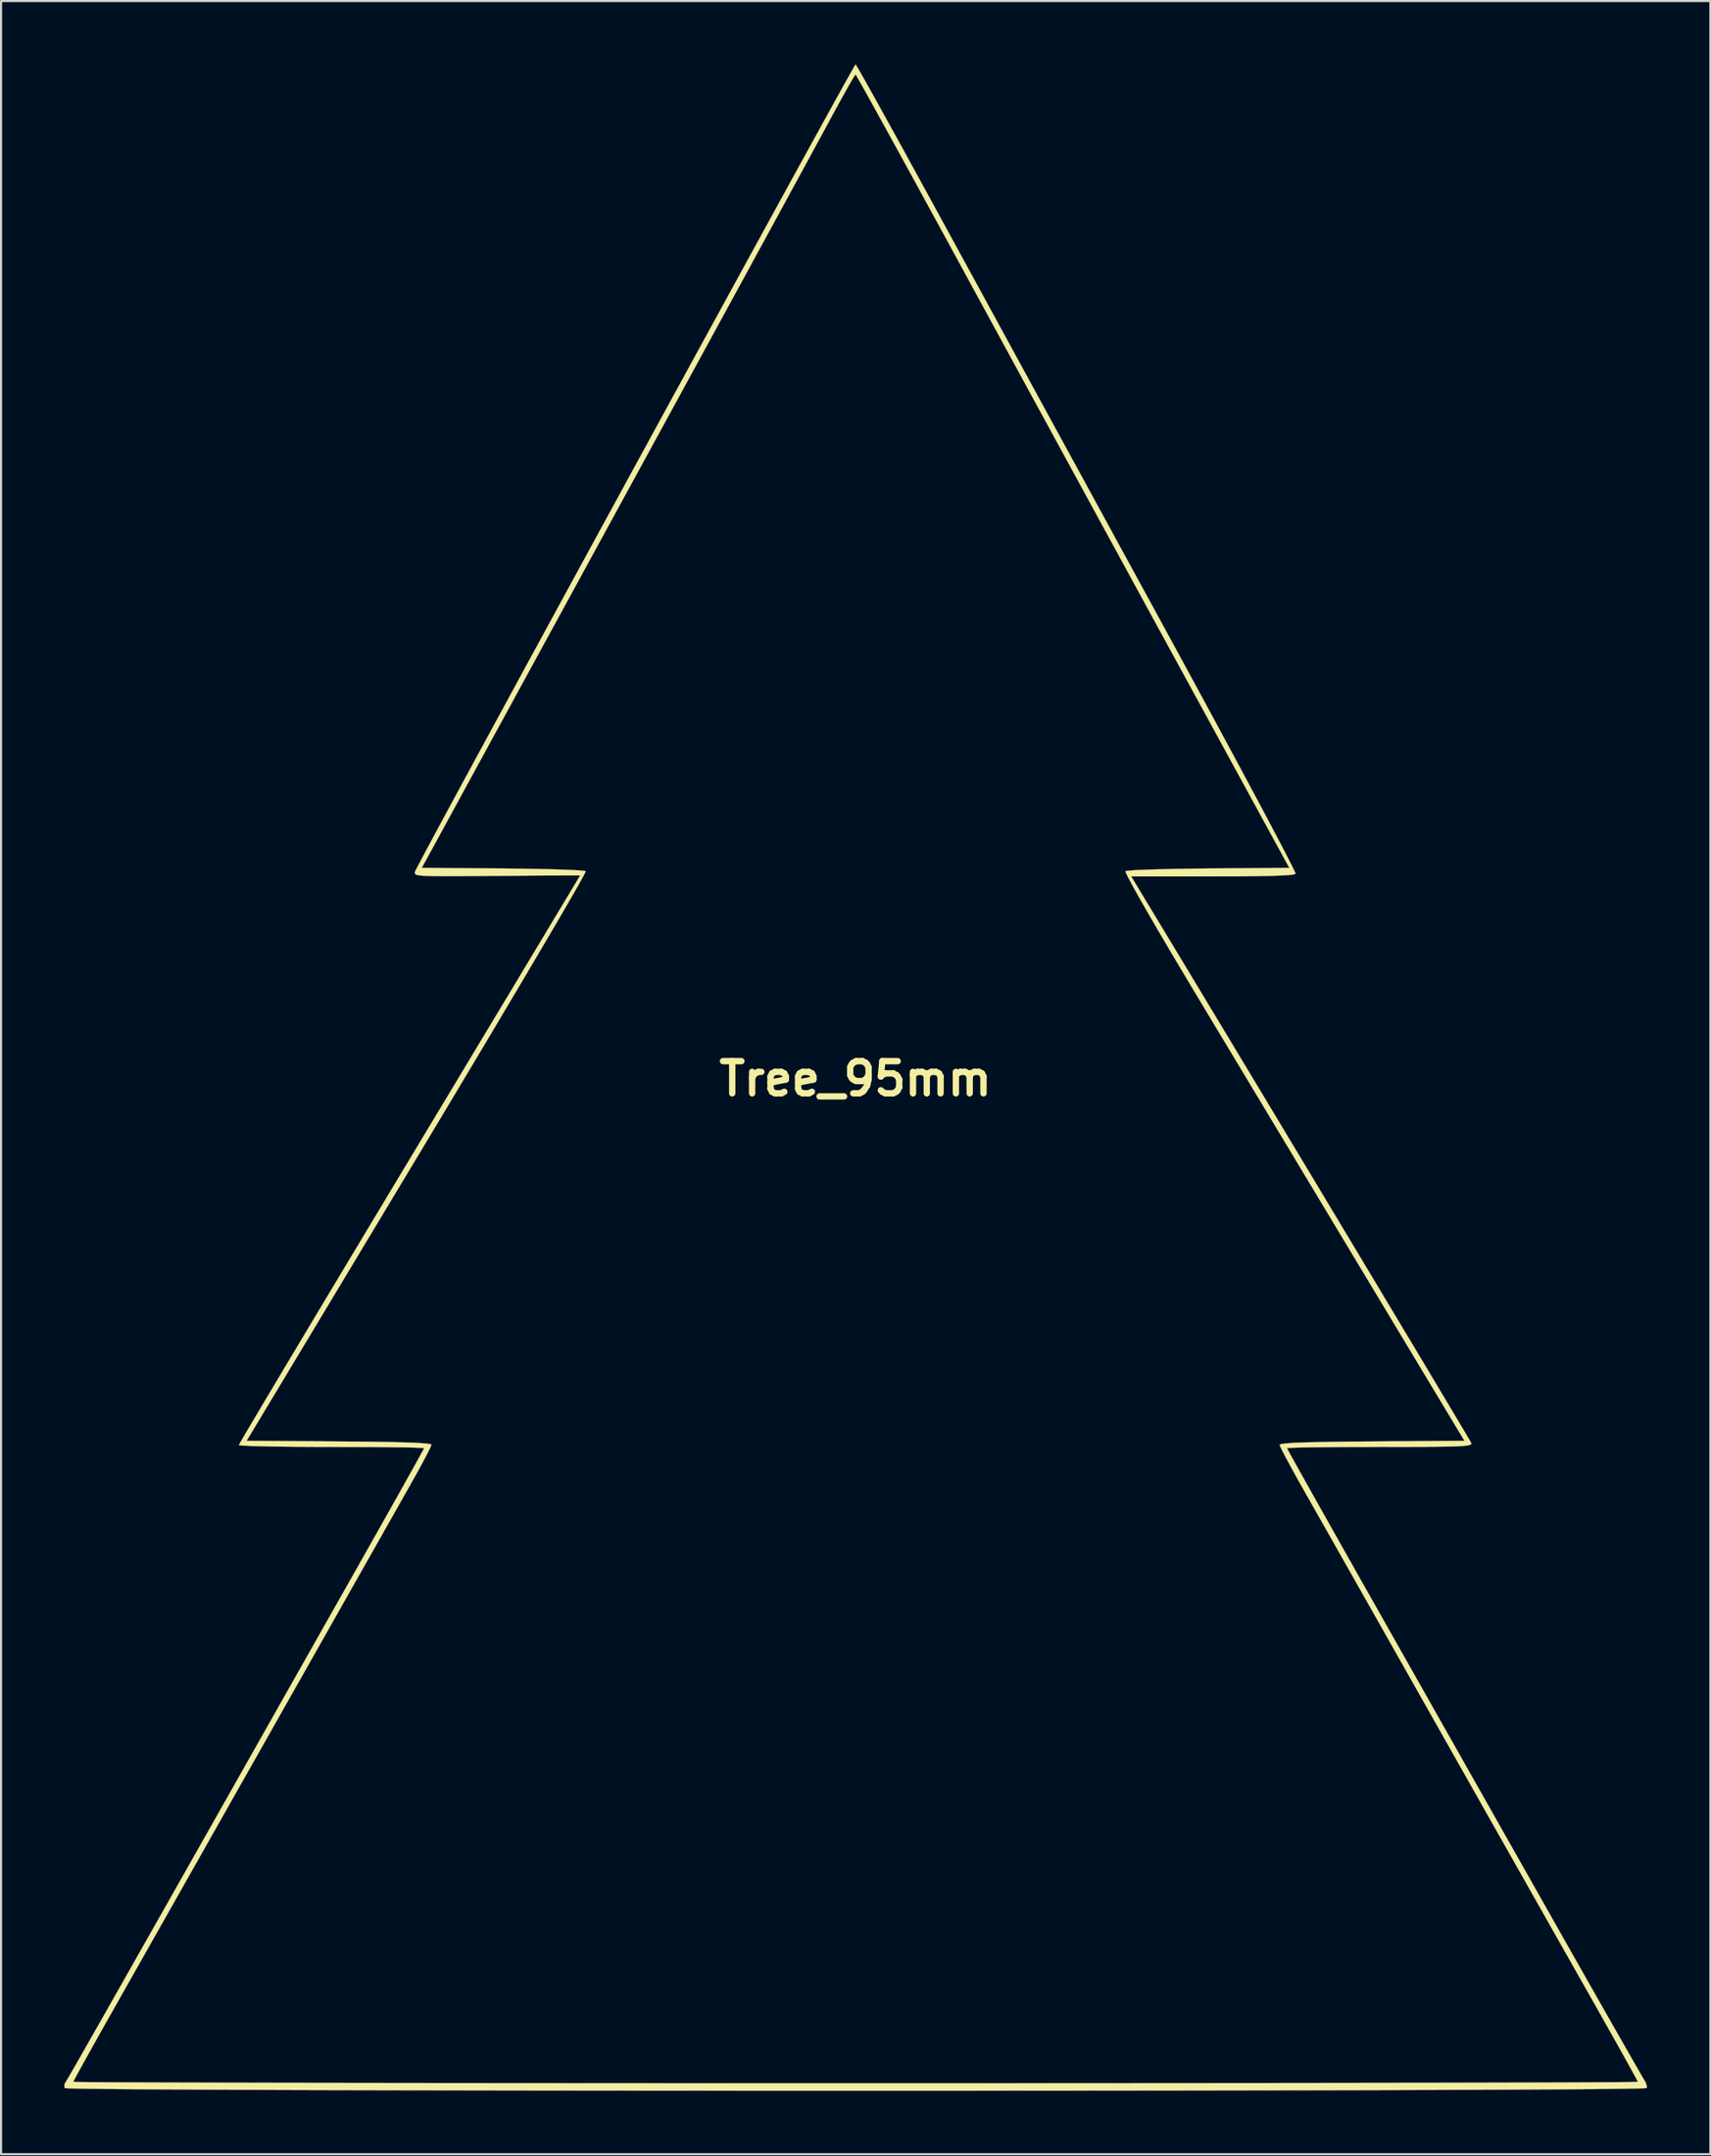
<source format=kicad_pcb>
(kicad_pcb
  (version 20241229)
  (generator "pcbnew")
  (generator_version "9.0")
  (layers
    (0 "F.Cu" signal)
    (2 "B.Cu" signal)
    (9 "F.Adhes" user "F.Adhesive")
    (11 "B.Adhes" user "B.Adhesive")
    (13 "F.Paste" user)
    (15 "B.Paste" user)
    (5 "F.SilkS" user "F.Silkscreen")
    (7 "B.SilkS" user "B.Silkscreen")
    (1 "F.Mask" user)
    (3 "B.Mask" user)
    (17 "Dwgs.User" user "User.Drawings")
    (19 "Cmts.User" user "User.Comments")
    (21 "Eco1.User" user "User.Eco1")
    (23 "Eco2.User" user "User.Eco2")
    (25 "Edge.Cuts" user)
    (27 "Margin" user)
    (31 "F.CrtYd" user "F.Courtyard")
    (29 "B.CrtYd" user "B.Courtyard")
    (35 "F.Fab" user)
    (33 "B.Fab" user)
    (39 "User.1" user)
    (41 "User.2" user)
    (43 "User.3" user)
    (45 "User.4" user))
  (footprint "Tree_95mm"
    (layer "F.Cu")
    (at 37.478 48.034)
    (property "Reference" "Tree_95mm" (at 0 0 0) (layer "F.SilkS") (effects (font (size 1.524 1.524) (thickness 0.3))))
    (attr through_hole)
    (fp_poly (pts (xy 0.065 -47.93) (xy 0.231 -47.646) (xy 0.488 -47.191) (xy 0.828 -46.583) (xy 1.241 -45.839) (xy 1.719 -44.976) (xy 2.252 -44.009) (xy 2.83 -42.955) (xy 3.445 -41.831) (xy 3.765 -41.246) (xy 4.328 -40.216) (xy 4.988 -39.007) (xy 5.734 -37.641) (xy 6.552 -36.142) (xy 7.43 -34.533) (xy 8.356 -32.838) (xy 9.316 -31.079) (xy 10.299 -29.281) (xy 11.29 -27.465) (xy 12.278 -25.655) (xy 13.25 -23.875) (xy 14.194 -22.147) (xy 14.194 -22.146) (xy 15.047 -20.582) (xy 15.867 -19.074) (xy 16.649 -17.634) (xy 17.384 -16.274) (xy 18.067 -15.007) (xy 18.69 -13.845) (xy 19.248 -12.801) (xy 19.733 -11.887) (xy 20.14 -11.116) (xy 20.46 -10.5) (xy 20.688 -10.051) (xy 20.817 -9.783) (xy 20.844 -9.706) (xy 20.712 -9.667) (xy 20.366 -9.636) (xy 19.802 -9.612) (xy 19.017 -9.595) (xy 18.007 -9.585) (xy 16.911 -9.583) (xy 13.055 -9.583) (xy 14.373 -7.401) (xy 15.05 -6.28) (xy 15.78 -5.069) (xy 16.556 -3.781) (xy 17.37 -2.431) (xy 18.212 -1.031) (xy 19.076 0.405) (xy 19.953 1.864) (xy 20.835 3.331) (xy 21.714 4.793) (xy 22.581 6.238) (xy 23.429 7.65) (xy 24.249 9.018) (xy 25.034 10.327) (xy 25.775 11.564) (xy 26.465 12.715) (xy 27.094 13.766) (xy 27.655 14.705) (xy 28.14 15.518) (xy 28.541 16.191) (xy 28.85 16.71) (xy 29.057 17.063) (xy 29.157 17.235) (xy 29.164 17.25) (xy 29.165 17.297) (xy 29.114 17.335) (xy 28.991 17.366) (xy 28.775 17.389) (xy 28.444 17.407) (xy 27.979 17.419) (xy 27.358 17.427) (xy 26.56 17.431) (xy 25.566 17.433) (xy 24.835 17.434) (xy 23.853 17.435) (xy 22.947 17.439) (xy 22.142 17.446) (xy 21.464 17.454) (xy 20.938 17.465) (xy 20.587 17.477) (xy 20.439 17.489) (xy 20.435 17.492) (xy 20.491 17.599) (xy 20.651 17.892) (xy 20.907 18.352) (xy 21.249 18.965) (xy 21.668 19.713) (xy 22.156 20.581) (xy 22.703 21.552) (xy 23.3 22.611) (xy 23.937 23.74) (xy 24.403 24.563) (xy 25.165 25.91) (xy 26.018 27.418) (xy 26.94 29.048) (xy 27.908 30.759) (xy 28.899 32.512) (xy 29.892 34.267) (xy 30.864 35.984) (xy 31.792 37.624) (xy 32.653 39.147) (xy 32.844 39.485) (xy 33.549 40.731) (xy 34.223 41.92) (xy 34.856 43.036) (xy 35.441 44.064) (xy 35.967 44.989) (xy 36.427 45.795) (xy 36.811 46.467) (xy 37.11 46.988) (xy 37.317 47.344) (xy 37.421 47.519) (xy 37.43 47.533) (xy 37.49 47.724) (xy 37.468 47.793) (xy 37.347 47.804) (xy 37.006 47.815) (xy 36.455 47.825) (xy 35.704 47.835) (xy 34.765 47.844) (xy 33.647 47.853) (xy 32.361 47.861) (xy 30.917 47.869) (xy 29.326 47.876) (xy 27.599 47.882) (xy 25.746 47.888) (xy 23.778 47.894) (xy 21.704 47.899) (xy 19.536 47.903) (xy 17.283 47.907) (xy 14.957 47.911) (xy 12.568 47.914) (xy 10.127 47.916) (xy 7.643 47.918) (xy 5.127 47.919) (xy 2.591 47.92) (xy 0.044 47.92) (xy -2.504 47.92) (xy -5.041 47.919) (xy -7.557 47.918) (xy -10.042 47.916) (xy -12.486 47.914) (xy -14.877 47.911) (xy -17.205 47.907) (xy -19.46 47.903) (xy -21.631 47.899) (xy -23.708 47.894) (xy -25.681 47.889) (xy -27.538 47.882) (xy -29.27 47.876) (xy -30.865 47.869) (xy -32.314 47.861) (xy -33.605 47.853) (xy -34.729 47.845) (xy -35.675 47.835) (xy -36.432 47.826) (xy -36.991 47.816) (xy -37.339 47.805) (xy -37.468 47.794) (xy -37.468 47.793) (xy -37.473 47.608) (xy -37.431 47.533) (xy -37.41 47.502) (xy -37.061 47.502) (xy -36.947 47.507) (xy -36.611 47.512) (xy -36.061 47.517) (xy -35.306 47.522) (xy -34.354 47.526) (xy -33.215 47.531) (xy -31.897 47.535) (xy -30.408 47.539) (xy -28.757 47.543) (xy -26.953 47.547) (xy -25.005 47.55) (xy -22.92 47.553) (xy -20.708 47.556) (xy -18.377 47.559) (xy -15.937 47.561) (xy -13.394 47.563) (xy -10.759 47.564) (xy -8.039 47.566) (xy -5.244 47.567) (xy -2.382 47.567) (xy 0 47.567) (xy 2.91 47.567) (xy 5.761 47.566) (xy 8.543 47.565) (xy 11.248 47.564) (xy 13.866 47.562) (xy 16.391 47.56) (xy 18.812 47.558) (xy 21.122 47.555) (xy 23.311 47.552) (xy 25.372 47.549) (xy 27.294 47.546) (xy 29.071 47.542) (xy 30.693 47.538) (xy 32.151 47.534) (xy 33.437 47.53) (xy 34.543 47.525) (xy 35.459 47.52) (xy 36.177 47.515) (xy 36.688 47.51) (xy 36.985 47.505) (xy 37.061 47.501) (xy 37.006 47.389) (xy 36.849 47.099) (xy 36.602 46.651) (xy 36.277 46.068) (xy 35.886 45.371) (xy 35.442 44.582) (xy 34.957 43.722) (xy 34.792 43.431) (xy 34.374 42.693) (xy 33.856 41.778) (xy 33.252 40.712) (xy 32.577 39.518) (xy 31.843 38.222) (xy 31.066 36.848) (xy 30.258 35.421) (xy 29.435 33.965) (xy 28.609 32.505) (xy 27.795 31.065) (xy 27.562 30.653) (xy 26.786 29.281) (xy 26.017 27.922) (xy 25.267 26.596) (xy 24.547 25.323) (xy 23.867 24.122) (xy 23.239 23.014) (xy 22.674 22.017) (xy 22.184 21.151) (xy 21.778 20.436) (xy 21.469 19.892) (xy 21.345 19.673) (xy 20.978 19.023) (xy 20.654 18.437) (xy 20.388 17.946) (xy 20.198 17.58) (xy 20.099 17.37) (xy 20.089 17.336) (xy 20.163 17.299) (xy 20.392 17.268) (xy 20.789 17.241) (xy 21.366 17.219) (xy 22.135 17.202) (xy 23.109 17.187) (xy 24.301 17.176) (xy 24.467 17.175) (xy 28.846 17.145) (xy 24.055 9.179) (xy 23.202 7.76) (xy 22.303 6.265) (xy 21.377 4.725) (xy 20.444 3.173) (xy 19.522 1.639) (xy 18.631 0.157) (xy 17.79 -1.242) (xy 17.018 -2.526) (xy 16.334 -3.664) (xy 15.976 -4.26) (xy 15.364 -5.282) (xy 14.793 -6.245) (xy 14.272 -7.132) (xy 13.813 -7.924) (xy 13.425 -8.603) (xy 13.12 -9.15) (xy 12.907 -9.548) (xy 12.796 -9.778) (xy 12.784 -9.829) (xy 12.919 -9.853) (xy 13.257 -9.877) (xy 13.771 -9.899) (xy 14.432 -9.919) (xy 15.213 -9.937) (xy 16.086 -9.95) (xy 16.716 -9.956) (xy 20.55 -9.987) (xy 15.126 -19.916) (xy 14.214 -21.585) (xy 13.23 -23.387) (xy 12.194 -25.287) (xy 11.124 -27.247) (xy 10.041 -29.232) (xy 8.965 -31.206) (xy 7.914 -33.133) (xy 6.91 -34.976) (xy 5.971 -36.699) (xy 5.117 -38.267) (xy 4.88 -38.702) (xy 4.16 -40.023) (xy 3.471 -41.285) (xy 2.822 -42.472) (xy 2.219 -43.571) (xy 1.672 -44.566) (xy 1.189 -45.444) (xy 0.776 -46.189) (xy 0.443 -46.788) (xy 0.197 -47.225) (xy 0.047 -47.486) (xy 0 -47.559) (xy -0.069 -47.462) (xy -0.231 -47.191) (xy -0.467 -46.775) (xy -0.761 -46.245) (xy -1.098 -45.629) (xy -1.222 -45.398) (xy -1.431 -45.012) (xy -1.743 -44.439) (xy -2.148 -43.694) (xy -2.638 -42.794) (xy -3.205 -41.753) (xy -3.84 -40.588) (xy -4.535 -39.314) (xy -5.28 -37.947) (xy -6.069 -36.503) (xy -6.891 -34.996) (xy -7.739 -33.443) (xy -8.604 -31.86) (xy -8.948 -31.23) (xy -9.851 -29.578) (xy -10.763 -27.909) (xy -11.673 -26.244) (xy -12.57 -24.602) (xy -13.443 -23.002) (xy -14.283 -21.466) (xy -15.077 -20.012) (xy -15.816 -18.66) (xy -16.487 -17.429) (xy -17.082 -16.341) (xy -17.588 -15.413) (xy -17.996 -14.667) (xy -18.029 -14.605) (xy -20.549 -9.987) (xy -16.716 -9.956) (xy -15.795 -9.946) (xy -14.949 -9.931) (xy -14.203 -9.913) (xy -13.587 -9.892) (xy -13.127 -9.869) (xy -12.851 -9.844) (xy -12.784 -9.828) (xy -12.83 -9.719) (xy -12.99 -9.424) (xy -13.255 -8.954) (xy -13.619 -8.321) (xy -14.075 -7.536) (xy -14.618 -6.611) (xy -15.239 -5.557) (xy -15.932 -4.385) (xy -16.69 -3.108) (xy -17.507 -1.735) (xy -18.376 -0.28) (xy -19.289 1.247) (xy -20.241 2.834) (xy -20.766 3.707) (xy -28.847 17.145) (xy -24.468 17.175) (xy -23.223 17.186) (xy -22.2 17.201) (xy -21.389 17.22) (xy -20.782 17.243) (xy -20.37 17.27) (xy -20.143 17.302) (xy -20.089 17.332) (xy -20.144 17.468) (xy -20.295 17.771) (xy -20.526 18.206) (xy -20.819 18.739) (xy -21.146 19.322) (xy -21.359 19.698) (xy -21.675 20.256) (xy -22.085 20.981) (xy -22.579 21.853) (xy -23.147 22.856) (xy -23.779 23.971) (xy -24.464 25.182) (xy -25.193 26.47) (xy -25.955 27.817) (xy -26.742 29.206) (xy -27.542 30.62) (xy -27.593 30.711) (xy -28.422 32.176) (xy -29.259 33.653) (xy -30.09 35.122) (xy -30.903 36.559) (xy -31.687 37.944) (xy -32.428 39.254) (xy -33.116 40.468) (xy -33.736 41.564) (xy -34.278 42.521) (xy -34.728 43.316) (xy -35.022 43.836) (xy -35.492 44.667) (xy -35.923 45.434) (xy -36.304 46.114) (xy -36.62 46.684) (xy -36.861 47.12) (xy -37.012 47.401) (xy -37.061 47.502) (xy -37.41 47.502) (xy -37.404 47.493) (xy -37.348 47.4) (xy -37.259 47.248) (xy -37.132 47.03) (xy -36.965 46.738) (xy -36.752 46.366) (xy -36.49 45.907) (xy -36.175 45.353) (xy -35.802 44.698) (xy -35.369 43.935) (xy -34.87 43.056) (xy -34.302 42.055) (xy -33.662 40.924) (xy -32.944 39.657) (xy -32.145 38.246) (xy -31.261 36.684) (xy -30.288 34.965) (xy -29.222 33.081) (xy -28.059 31.025) (xy -26.795 28.791) (xy -25.426 26.371) (xy -23.948 23.758) (xy -23.684 23.293) (xy -23.088 22.237) (xy -22.527 21.243) (xy -22.011 20.327) (xy -21.551 19.508) (xy -21.157 18.803) (xy -20.838 18.232) (xy -20.606 17.811) (xy -20.469 17.559) (xy -20.435 17.491) (xy -20.547 17.478) (xy -20.864 17.467) (xy -21.362 17.456) (xy -22.015 17.447) (xy -22.799 17.44) (xy -23.689 17.436) (xy -24.659 17.434) (xy -24.823 17.434) (xy -25.804 17.431) (xy -26.708 17.425) (xy -27.511 17.415) (xy -28.188 17.401) (xy -28.712 17.385) (xy -29.061 17.367) (xy -29.207 17.347) (xy -29.21 17.343) (xy -29.152 17.236) (xy -28.981 16.941) (xy -28.705 16.472) (xy -28.33 15.84) (xy -27.863 15.055) (xy -27.311 14.13) (xy -26.682 13.076) (xy -25.981 11.905) (xy -25.216 10.627) (xy -24.393 9.255) (xy -23.519 7.8) (xy -22.602 6.273) (xy -21.648 4.685) (xy -21.128 3.822) (xy -20.158 2.208) (xy -19.22 0.65) (xy -18.323 -0.842) (xy -17.473 -2.256) (xy -16.676 -3.58) (xy -15.94 -4.804) (xy -15.272 -5.916) (xy -14.678 -6.904) (xy -14.166 -7.758) (xy -13.741 -8.465) (xy -13.411 -9.015) (xy -13.183 -9.396) (xy -13.063 -9.596) (xy -13.046 -9.625) (xy -13.157 -9.628) (xy -13.473 -9.629) (xy -13.966 -9.628) (xy -14.611 -9.625) (xy -15.381 -9.62) (xy -16.25 -9.614) (xy -16.986 -9.609) (xy -18.042 -9.6) (xy -18.89 -9.595) (xy -19.552 -9.594) (xy -20.051 -9.599) (xy -20.408 -9.61) (xy -20.647 -9.629) (xy -20.79 -9.657) (xy -20.859 -9.696) (xy -20.876 -9.746) (xy -20.865 -9.808) (xy -20.863 -9.816) (xy -20.802 -9.941) (xy -20.637 -10.255) (xy -20.376 -10.747) (xy -20.023 -11.403) (xy -19.587 -12.213) (xy -19.073 -13.163) (xy -18.488 -14.243) (xy -17.839 -15.439) (xy -17.132 -16.74) (xy -16.375 -18.133) (xy -15.573 -19.608) (xy -14.733 -21.15) (xy -13.862 -22.749) (xy -12.966 -24.393) (xy -12.052 -26.069) (xy -11.126 -27.765) (xy -10.196 -29.469) (xy -9.267 -31.17) (xy -8.346 -32.854) (xy -7.441 -34.511) (xy -6.556 -36.127) (xy -5.7 -37.691) (xy -4.879 -39.191) (xy -4.098 -40.615) (xy -3.366 -41.951) (xy -2.687 -43.186) (xy -2.07 -44.308) (xy -1.52 -45.306) (xy -1.045 -46.167) (xy -0.65 -46.88) (xy -0.342 -47.432) (xy -0.129 -47.811) (xy -0.016 -48.005) (xy 0.001 -48.029) (xy 0.065 -47.93)) (stroke (width 0.01) (type solid)) (fill yes) (layer "F.SilkS")))
  (gr_rect
    (start -3 -3)
    (end 77.973 98.959)
    (stroke (width 0.1) (type default))
    (fill no)
    (layer "Edge.Cuts")))
</source>
